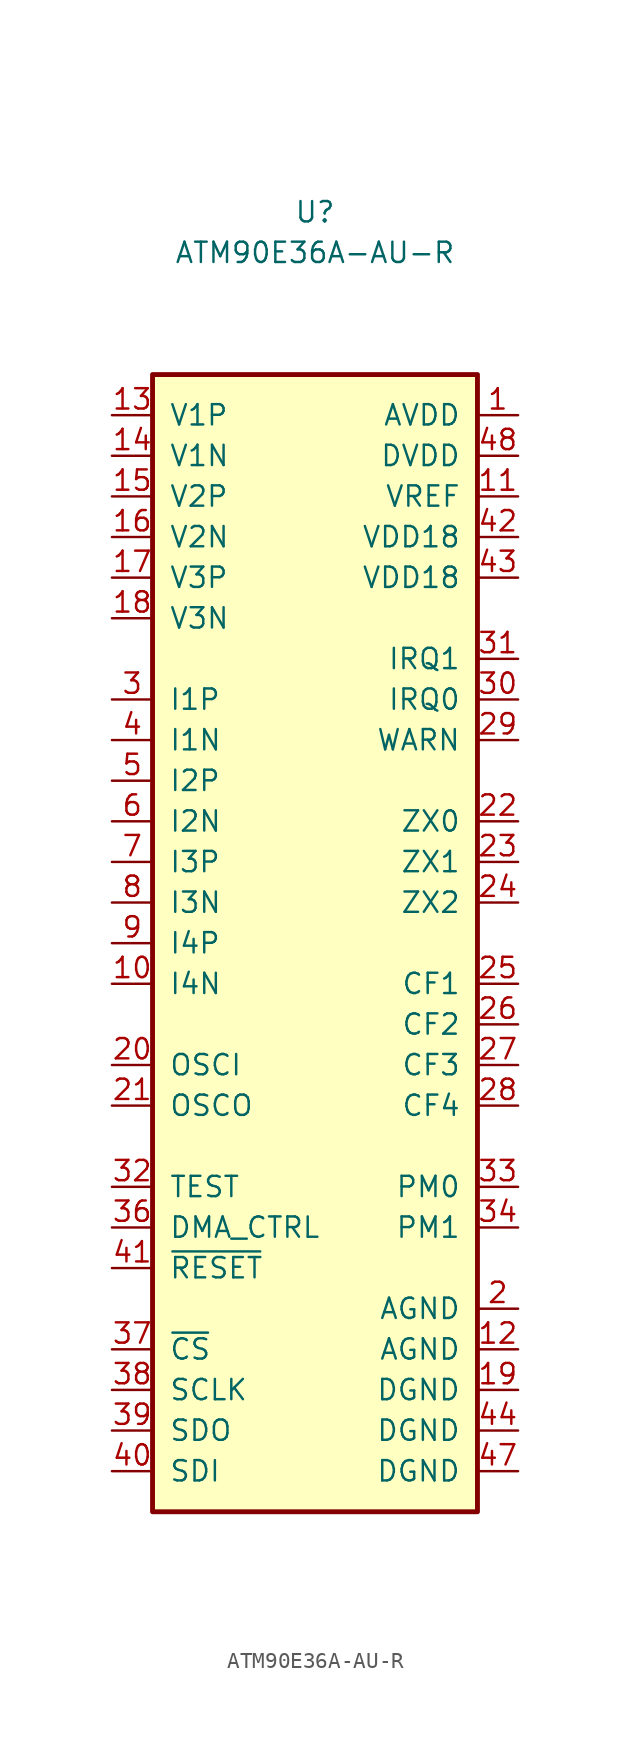
<source format=kicad_sym>
(kicad_symbol_lib
  (version 20211014)
  (generator kicad_symbol_editor)
  (symbol "ATM90E36A-AU-R"
    (pin_names
      (offset 1.016))
    (property "Reference" "U"
      (at 0 45.72 0)
      (effects (font (size 1.27 1.27))))
    (property "Value" "ATM90E36A-AU-R"
      (at 0 43.18 0)
      (effects (font (size 1.27 1.27))))
    (symbol "ATM90E36A-AU-R_0_0"
      (pin input line (at -12.7 -2.54 0) (length 2.54) (name "I4N" (effects (font (size 1.27 1.27)))) (number "10" (effects (font (size 1.27 1.27)))))
      (pin power_in line (at 12.7 27.94 180) (length 2.54) (name "VREF" (effects (font (size 1.27 1.27)))) (number "11" (effects (font (size 1.27 1.27)))))
      (pin power_in line (at 12.7 -25.4 180) (length 2.54) (name "AGND" (effects (font (size 1.27 1.27)))) (number "12" (effects (font (size 1.27 1.27)))))
      (pin input line (at -12.7 33.02 0) (length 2.54) (name "V1P" (effects (font (size 1.27 1.27)))) (number "13" (effects (font (size 1.27 1.27)))))
      (pin input line (at -12.7 30.48 0) (length 2.54) (name "V1N" (effects (font (size 1.27 1.27)))) (number "14" (effects (font (size 1.27 1.27)))))
      (pin input line (at -12.7 27.94 0) (length 2.54) (name "V2P" (effects (font (size 1.27 1.27)))) (number "15" (effects (font (size 1.27 1.27)))))
      (pin input line (at -12.7 25.4 0) (length 2.54) (name "V2N" (effects (font (size 1.27 1.27)))) (number "16" (effects (font (size 1.27 1.27)))))
      (pin input line (at -12.7 22.86 0) (length 2.54) (name "V3P" (effects (font (size 1.27 1.27)))) (number "17" (effects (font (size 1.27 1.27)))))
      (pin input line (at -12.7 20.32 0) (length 2.54) (name "V3N" (effects (font (size 1.27 1.27)))) (number "18" (effects (font (size 1.27 1.27)))))
      (pin power_in line (at 12.7 -27.94 180) (length 2.54) (name "DGND" (effects (font (size 1.27 1.27)))) (number "19" (effects (font (size 1.27 1.27)))))
      (pin input line (at -12.7 -7.62 0) (length 2.54) (name "OSCI" (effects (font (size 1.27 1.27)))) (number "20" (effects (font (size 1.27 1.27)))))
      (pin output line (at -12.7 -10.16 0) (length 2.54) (name "OSCO" (effects (font (size 1.27 1.27)))) (number "21" (effects (font (size 1.27 1.27)))))
      (pin output line (at 12.7 7.62 180) (length 2.54) (name "ZX0" (effects (font (size 1.27 1.27)))) (number "22" (effects (font (size 1.27 1.27)))))
      (pin output line (at 12.7 5.08 180) (length 2.54) (name "ZX1" (effects (font (size 1.27 1.27)))) (number "23" (effects (font (size 1.27 1.27)))))
      (pin output line (at 12.7 2.54 180) (length 2.54) (name "ZX2" (effects (font (size 1.27 1.27)))) (number "24" (effects (font (size 1.27 1.27)))))
      (pin output line (at 12.7 -2.54 180) (length 2.54) (name "CF1" (effects (font (size 1.27 1.27)))) (number "25" (effects (font (size 1.27 1.27)))))
      (pin output line (at 12.7 -5.08 180) (length 2.54) (name "CF2" (effects (font (size 1.27 1.27)))) (number "26" (effects (font (size 1.27 1.27)))))
      (pin output line (at 12.7 -7.62 180) (length 2.54) (name "CF3" (effects (font (size 1.27 1.27)))) (number "27" (effects (font (size 1.27 1.27)))))
      (pin output line (at 12.7 -10.16 180) (length 2.54) (name "CF4" (effects (font (size 1.27 1.27)))) (number "28" (effects (font (size 1.27 1.27)))))
      (pin output line (at 12.7 12.7 180) (length 2.54) (name "WARN" (effects (font (size 1.27 1.27)))) (number "29" (effects (font (size 1.27 1.27)))))
      (pin output line (at 12.7 15.24 180) (length 2.54) (name "IRQ0" (effects (font (size 1.27 1.27)))) (number "30" (effects (font (size 1.27 1.27)))))
      (pin output line (at 12.7 17.78 180) (length 2.54) (name "IRQ1" (effects (font (size 1.27 1.27)))) (number "31" (effects (font (size 1.27 1.27)))))
      (pin input line (at -12.7 -15.24 0) (length 2.54) (name "TEST" (effects (font (size 1.27 1.27)))) (number "32" (effects (font (size 1.27 1.27)))))
      (pin input line (at 12.7 -15.24 180) (length 2.54) (name "PM0" (effects (font (size 1.27 1.27)))) (number "33" (effects (font (size 1.27 1.27)))))
      (pin input line (at 12.7 -17.78 180) (length 2.54) (name "PM1" (effects (font (size 1.27 1.27)))) (number "34" (effects (font (size 1.27 1.27)))))
      (pin unspecified line (at 2.54 -33.02 270) (length 2.54) hide (name "NC" (effects (font (size 1.27 1.27)))) (number "35" (effects (font (size 1.27 1.27)))))
      (pin input line (at -12.7 -17.78 0) (length 2.54) (name "DMA_CTRL" (effects (font (size 1.27 1.27)))) (number "36" (effects (font (size 1.27 1.27)))))
      (pin input line (at -12.7 -25.4 0) (length 2.54) (name "~{CS}" (effects (font (size 1.27 1.27)))) (number "37" (effects (font (size 1.27 1.27)))))
      (pin input line (at -12.7 -27.94 0) (length 2.54) (name "SCLK" (effects (font (size 1.27 1.27)))) (number "38" (effects (font (size 1.27 1.27)))))
      (pin output line (at -12.7 -30.48 0) (length 2.54) (name "SDO" (effects (font (size 1.27 1.27)))) (number "39" (effects (font (size 1.27 1.27)))))
      (pin input line (at -12.7 -33.02 0) (length 2.54) (name "SDI" (effects (font (size 1.27 1.27)))) (number "40" (effects (font (size 1.27 1.27)))))
      (pin input line (at -12.7 -20.32 0) (length 2.54) (name "~{RESET}" (effects (font (size 1.27 1.27)))) (number "41" (effects (font (size 1.27 1.27)))))
      (pin power_in line (at 12.7 25.4 180) (length 2.54) (name "VDD18" (effects (font (size 1.27 1.27)))) (number "42" (effects (font (size 1.27 1.27)))))
      (pin power_in line (at 12.7 22.86 180) (length 2.54) (name "VDD18" (effects (font (size 1.27 1.27)))) (number "43" (effects (font (size 1.27 1.27)))))
      (pin power_in line (at 12.7 -30.48 180) (length 2.54) (name "DGND" (effects (font (size 1.27 1.27)))) (number "44" (effects (font (size 1.27 1.27)))))
      (pin unspecified line (at 0 -33.02 270) (length 2.54) hide (name "NC" (effects (font (size 1.27 1.27)))) (number "45" (effects (font (size 1.27 1.27)))))
      (pin unspecified line (at -2.54 -33.02 270) (length 2.54) hide (name "NC" (effects (font (size 1.27 1.27)))) (number "46" (effects (font (size 1.27 1.27)))))
      (pin power_in line (at 12.7 -33.02 180) (length 2.54) (name "DGND" (effects (font (size 1.27 1.27)))) (number "47" (effects (font (size 1.27 1.27)))))
      (pin power_in line (at 12.7 30.48 180) (length 2.54) (name "DVDD" (effects (font (size 1.27 1.27)))) (number "48" (effects (font (size 1.27 1.27)))))
      (pin input line (at -12.7 10.16 0) (length 2.54) (name "I2P" (effects (font (size 1.27 1.27)))) (number "5" (effects (font (size 1.27 1.27)))))
      (pin input line (at -12.7 7.62 0) (length 2.54) (name "I2N" (effects (font (size 1.27 1.27)))) (number "6" (effects (font (size 1.27 1.27)))))
      (pin input line (at -12.7 5.08 0) (length 2.54) (name "I3P" (effects (font (size 1.27 1.27)))) (number "7" (effects (font (size 1.27 1.27)))))
      (pin input line (at -12.7 2.54 0) (length 2.54) (name "I3N" (effects (font (size 1.27 1.27)))) (number "8" (effects (font (size 1.27 1.27)))))
      (pin input line (at -12.7 0 0) (length 2.54) (name "I4P" (effects (font (size 1.27 1.27)))) (number "9" (effects (font (size 1.27 1.27))))))
    (symbol "ATM90E36A-AU-R_0_1"
      (rectangle (start -10.16 35.56) (end 10.16 -35.56) (stroke (width 0.305) (type default) (color 0 0 0 0)) (fill (type background))))
    (symbol "ATM90E36A-AU-R_1_1"
      (pin power_in line (at 12.7 33.02 180) (length 2.54) (name "AVDD" (effects (font (size 1.27 1.27)))) (number "1" (effects (font (size 1.27 1.27)))))
      (pin power_in line (at 12.7 -22.86 180) (length 2.54) (name "AGND" (effects (font (size 1.27 1.27)))) (number "2" (effects (font (size 1.27 1.27)))))
      (pin input line (at -12.7 15.24 0) (length 2.54) (name "I1P" (effects (font (size 1.27 1.27)))) (number "3" (effects (font (size 1.27 1.27)))))
      (pin input line (at -12.7 12.7 0) (length 2.54) (name "I1N" (effects (font (size 1.27 1.27)))) (number "4" (effects (font (size 1.27 1.27))))))))
</source>
